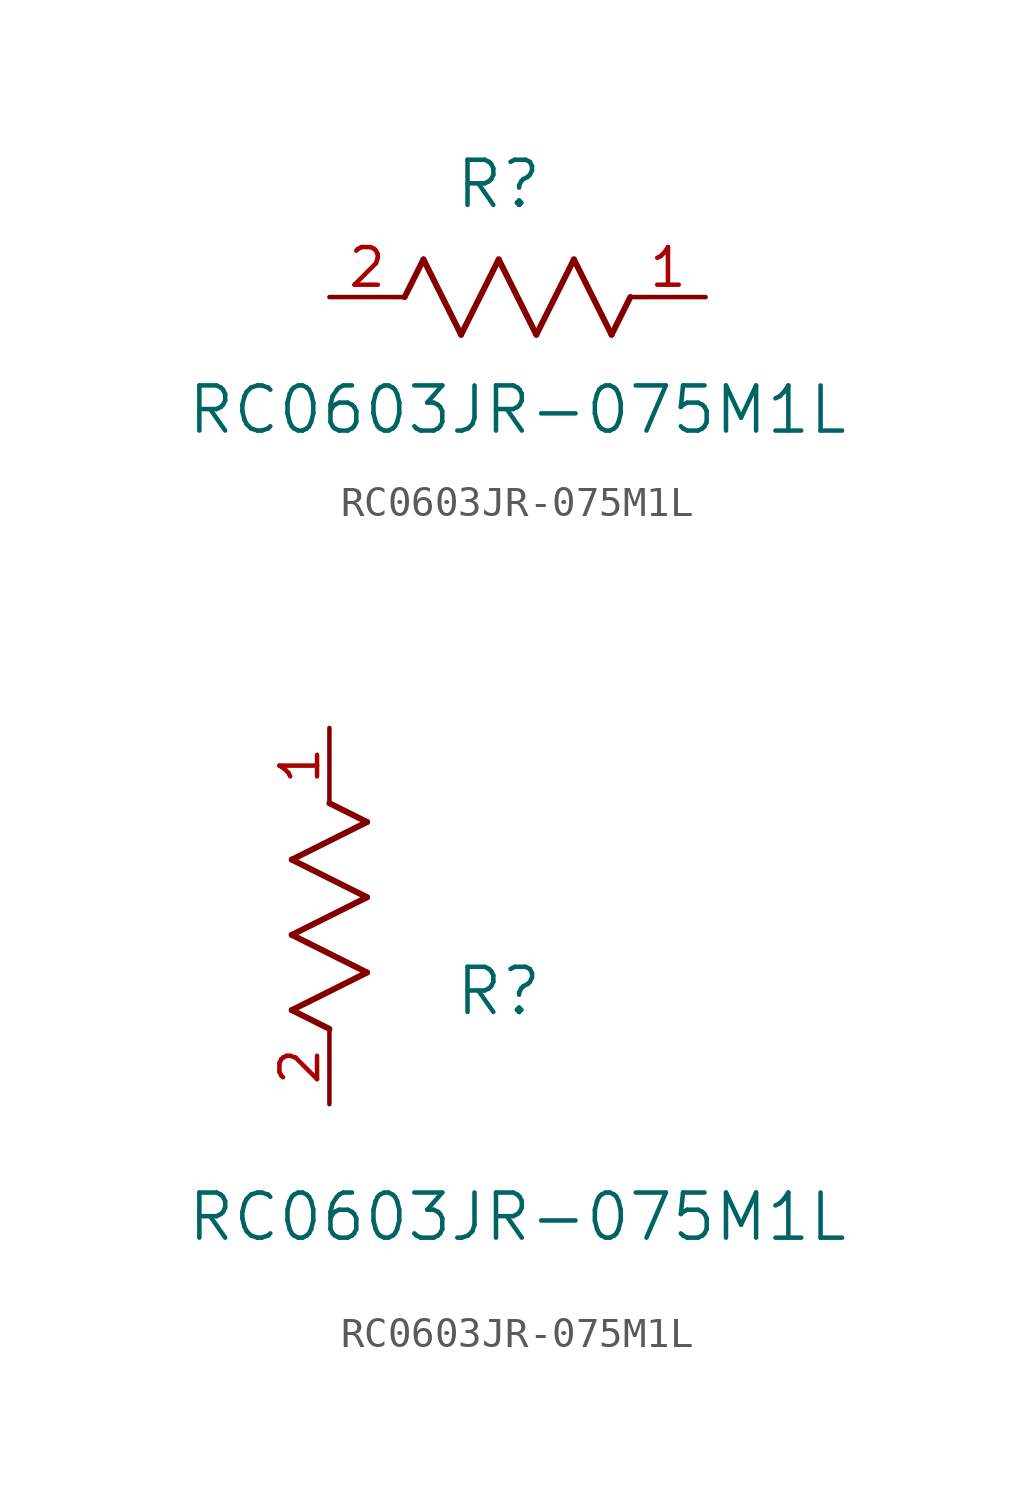
<source format=kicad_sym>
(kicad_symbol_lib
  (version 20211014)
  (generator kicad_symbol_editor)
  (symbol "RC0603JR-075M1L"
    (pin_names
      (offset 0.254))
    (property "Reference" "R"
      (at 5.715 3.81 0)
      (effects (font (size 1.524 1.524))))
    (property "Value" "RC0603JR-075M1L"
      (at 6.35 -3.81 0)
      (effects (font (size 1.524 1.524))))
    (symbol "RC0603JR-075M1L_1_1"
      (polyline (pts (xy 3.175 1.27) (xy 4.445 -1.27)) (stroke (width 0.203) (type default) (color 0 0 0 0)) (fill (type none)))
      (polyline (pts (xy 4.445 -1.27) (xy 5.715 1.27)) (stroke (width 0.203) (type default) (color 0 0 0 0)) (fill (type none)))
      (polyline (pts (xy 5.715 1.27) (xy 6.985 -1.27)) (stroke (width 0.203) (type default) (color 0 0 0 0)) (fill (type none)))
      (polyline (pts (xy 6.985 -1.27) (xy 8.255 1.27)) (stroke (width 0.203) (type default) (color 0 0 0 0)) (fill (type none)))
      (polyline (pts (xy 8.255 1.27) (xy 9.525 -1.27)) (stroke (width 0.203) (type default) (color 0 0 0 0)) (fill (type none)))
      (polyline (pts (xy 2.54 0) (xy 3.175 1.27)) (stroke (width 0.203) (type default) (color 0 0 0 0)) (fill (type none)))
      (polyline (pts (xy 9.525 -1.27) (xy 10.16 0)) (stroke (width 0.203) (type default) (color 0 0 0 0)) (fill (type none)))
      (pin unspecified line (at 12.7 0 180) (length 2.54) (name "" (effects (font (size 1.27 1.27)))) (number "1" (effects (font (size 1.27 1.27)))))
      (pin unspecified line (at 0 0 0) (length 2.54) (name "" (effects (font (size 1.27 1.27)))) (number "2" (effects (font (size 1.27 1.27))))))
    (symbol "RC0603JR-075M1L_1_2"
      (polyline (pts (xy 0 2.54) (xy -1.27 3.175)) (stroke (width 0.203) (type default) (color 0 0 0 0)) (fill (type none)))
      (polyline (pts (xy -1.27 3.175) (xy 1.27 4.445)) (stroke (width 0.203) (type default) (color 0 0 0 0)) (fill (type none)))
      (polyline (pts (xy 1.27 4.445) (xy -1.27 5.715)) (stroke (width 0.203) (type default) (color 0 0 0 0)) (fill (type none)))
      (polyline (pts (xy -1.27 5.715) (xy 1.27 6.985)) (stroke (width 0.203) (type default) (color 0 0 0 0)) (fill (type none)))
      (polyline (pts (xy -1.27 8.255) (xy 1.27 9.525)) (stroke (width 0.203) (type default) (color 0 0 0 0)) (fill (type none)))
      (polyline (pts (xy 1.27 9.525) (xy 0 10.16)) (stroke (width 0.203) (type default) (color 0 0 0 0)) (fill (type none)))
      (polyline (pts (xy 1.27 6.985) (xy -1.27 8.255)) (stroke (width 0.203) (type default) (color 0 0 0 0)) (fill (type none)))
      (pin unspecified line (at 0 12.7 270) (length 2.54) (name "" (effects (font (size 1.27 1.27)))) (number "1" (effects (font (size 1.27 1.27)))))
      (pin unspecified line (at 0 0 90) (length 2.54) (name "" (effects (font (size 1.27 1.27)))) (number "2" (effects (font (size 1.27 1.27))))))))
</source>
